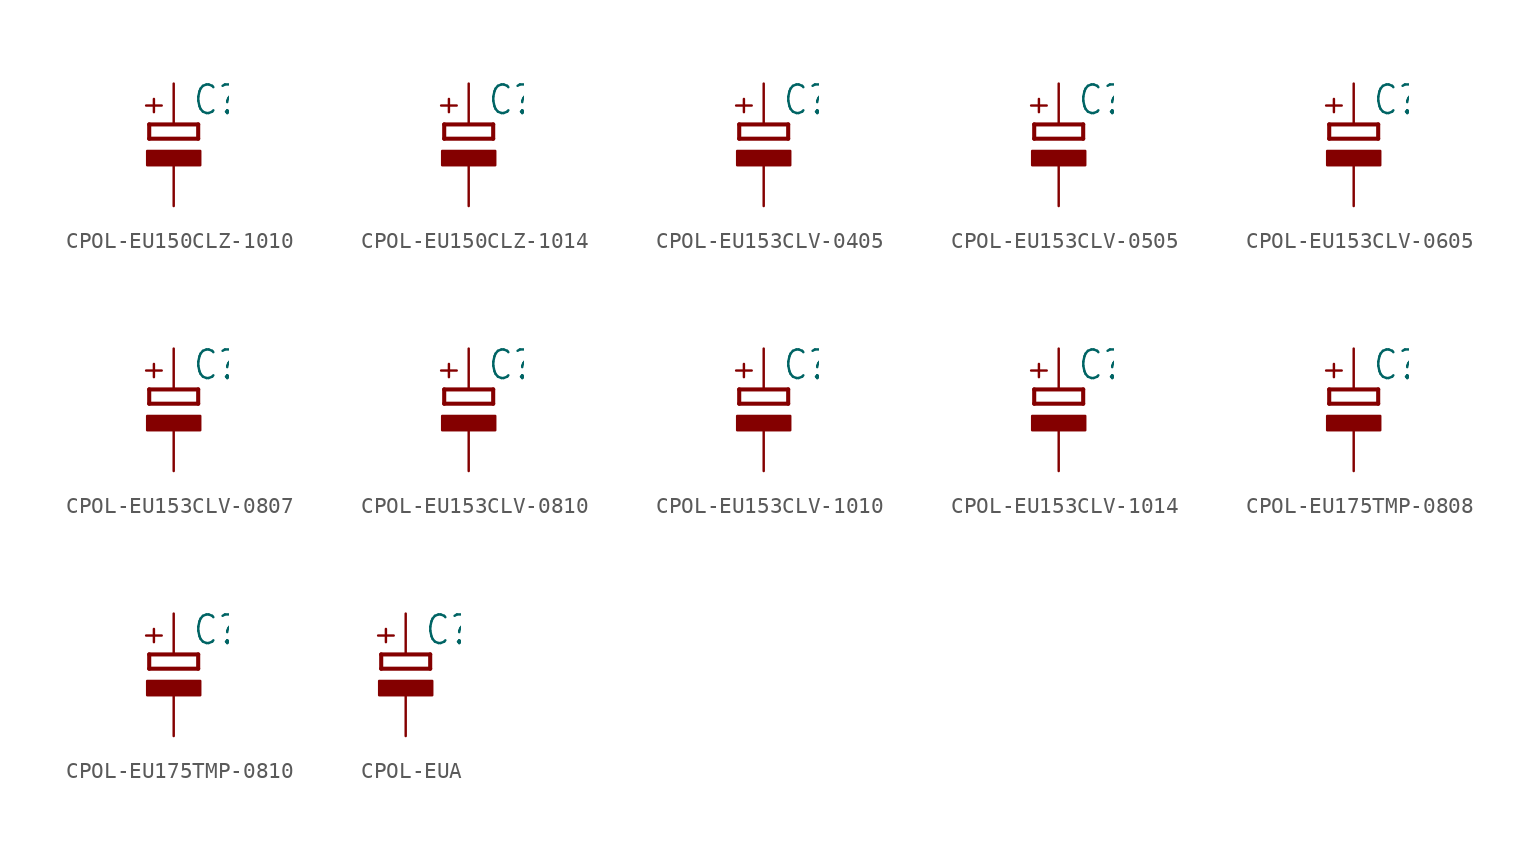
<source format=kicad_sym>
(kicad_symbol_lib
  (version 20231120)
  (generator "kicad_symbol_editor")
  (generator_version "8.0")
  (symbol "CPOL-EU150CLZ-1010"
    (property "Reference" "C"
      (at 1.143 0.483 0)
      (effects (font (size 1.778 1.511)) (justify left bottom)))
    (property "Value" ""
      (at 1.143 -4.597 0)
      (effects (font (size 1.778 1.511)) (justify left bottom)))
    (property "ki_locked" ""
      (at 0 0 0)
      (effects (font (size 1.27 1.27))))
    (symbol "CPOL-EU150CLZ-1010_1_0"
      (rectangle (start -1.651 -2.54) (end 1.651 -1.651) (stroke (width 0) (type default)) (fill (type outline)))
      (polyline (pts (xy -1.524 -0.889) (xy 1.524 -0.889)) (stroke (width 0.254) (type solid)) (fill (type none)))
      (polyline (pts (xy -1.524 0) (xy -1.524 -0.889)) (stroke (width 0.254) (type solid)) (fill (type none)))
      (polyline (pts (xy -1.524 0) (xy 1.524 0)) (stroke (width 0.254) (type solid)) (fill (type none)))
      (polyline (pts (xy 1.524 -0.889) (xy 1.524 0)) (stroke (width 0.254) (type solid)) (fill (type none)))
      (text "+" (at -0.584 0.406 900) (effects (font (size 1.27 1.079)) (justify left bottom)))
      (pin passive line (at 0 2.54 270) (length 2.54) (name "+" (effects (font (size 0 0)))) (number "+" (effects (font (size 0 0)))))
      (pin passive line (at 0 -5.08 90) (length 2.54) (name "-" (effects (font (size 0 0)))) (number "-" (effects (font (size 0 0)))))))
  (symbol "CPOL-EU150CLZ-1014"
    (property "Reference" "C"
      (at 1.143 0.483 0)
      (effects (font (size 1.778 1.511)) (justify left bottom)))
    (property "Value" ""
      (at 1.143 -4.597 0)
      (effects (font (size 1.778 1.511)) (justify left bottom)))
    (property "ki_locked" ""
      (at 0 0 0)
      (effects (font (size 1.27 1.27))))
    (symbol "CPOL-EU150CLZ-1014_1_0"
      (rectangle (start -1.651 -2.54) (end 1.651 -1.651) (stroke (width 0) (type default)) (fill (type outline)))
      (polyline (pts (xy -1.524 -0.889) (xy 1.524 -0.889)) (stroke (width 0.254) (type solid)) (fill (type none)))
      (polyline (pts (xy -1.524 0) (xy -1.524 -0.889)) (stroke (width 0.254) (type solid)) (fill (type none)))
      (polyline (pts (xy -1.524 0) (xy 1.524 0)) (stroke (width 0.254) (type solid)) (fill (type none)))
      (polyline (pts (xy 1.524 -0.889) (xy 1.524 0)) (stroke (width 0.254) (type solid)) (fill (type none)))
      (text "+" (at -0.584 0.406 900) (effects (font (size 1.27 1.079)) (justify left bottom)))
      (pin passive line (at 0 2.54 270) (length 2.54) (name "+" (effects (font (size 0 0)))) (number "+" (effects (font (size 0 0)))))
      (pin passive line (at 0 -5.08 90) (length 2.54) (name "-" (effects (font (size 0 0)))) (number "-" (effects (font (size 0 0)))))))
  (symbol "CPOL-EU153CLV-0405"
    (property "Reference" "C"
      (at 1.143 0.483 0)
      (effects (font (size 1.778 1.511)) (justify left bottom)))
    (property "Value" ""
      (at 1.143 -4.597 0)
      (effects (font (size 1.778 1.511)) (justify left bottom)))
    (property "ki_locked" ""
      (at 0 0 0)
      (effects (font (size 1.27 1.27))))
    (symbol "CPOL-EU153CLV-0405_1_0"
      (rectangle (start -1.651 -2.54) (end 1.651 -1.651) (stroke (width 0) (type default)) (fill (type outline)))
      (polyline (pts (xy -1.524 -0.889) (xy 1.524 -0.889)) (stroke (width 0.254) (type solid)) (fill (type none)))
      (polyline (pts (xy -1.524 0) (xy -1.524 -0.889)) (stroke (width 0.254) (type solid)) (fill (type none)))
      (polyline (pts (xy -1.524 0) (xy 1.524 0)) (stroke (width 0.254) (type solid)) (fill (type none)))
      (polyline (pts (xy 1.524 -0.889) (xy 1.524 0)) (stroke (width 0.254) (type solid)) (fill (type none)))
      (text "+" (at -0.584 0.406 900) (effects (font (size 1.27 1.079)) (justify left bottom)))
      (pin passive line (at 0 2.54 270) (length 2.54) (name "+" (effects (font (size 0 0)))) (number "+" (effects (font (size 0 0)))))
      (pin passive line (at 0 -5.08 90) (length 2.54) (name "-" (effects (font (size 0 0)))) (number "-" (effects (font (size 0 0)))))))
  (symbol "CPOL-EU153CLV-0505"
    (property "Reference" "C"
      (at 1.143 0.483 0)
      (effects (font (size 1.778 1.511)) (justify left bottom)))
    (property "Value" ""
      (at 1.143 -4.597 0)
      (effects (font (size 1.778 1.511)) (justify left bottom)))
    (property "ki_locked" ""
      (at 0 0 0)
      (effects (font (size 1.27 1.27))))
    (symbol "CPOL-EU153CLV-0505_1_0"
      (rectangle (start -1.651 -2.54) (end 1.651 -1.651) (stroke (width 0) (type default)) (fill (type outline)))
      (polyline (pts (xy -1.524 -0.889) (xy 1.524 -0.889)) (stroke (width 0.254) (type solid)) (fill (type none)))
      (polyline (pts (xy -1.524 0) (xy -1.524 -0.889)) (stroke (width 0.254) (type solid)) (fill (type none)))
      (polyline (pts (xy -1.524 0) (xy 1.524 0)) (stroke (width 0.254) (type solid)) (fill (type none)))
      (polyline (pts (xy 1.524 -0.889) (xy 1.524 0)) (stroke (width 0.254) (type solid)) (fill (type none)))
      (text "+" (at -0.584 0.406 900) (effects (font (size 1.27 1.079)) (justify left bottom)))
      (pin passive line (at 0 2.54 270) (length 2.54) (name "+" (effects (font (size 0 0)))) (number "+" (effects (font (size 0 0)))))
      (pin passive line (at 0 -5.08 90) (length 2.54) (name "-" (effects (font (size 0 0)))) (number "-" (effects (font (size 0 0)))))))
  (symbol "CPOL-EU153CLV-0605"
    (property "Reference" "C"
      (at 1.143 0.483 0)
      (effects (font (size 1.778 1.511)) (justify left bottom)))
    (property "Value" ""
      (at 1.143 -4.597 0)
      (effects (font (size 1.778 1.511)) (justify left bottom)))
    (property "ki_locked" ""
      (at 0 0 0)
      (effects (font (size 1.27 1.27))))
    (symbol "CPOL-EU153CLV-0605_1_0"
      (rectangle (start -1.651 -2.54) (end 1.651 -1.651) (stroke (width 0) (type default)) (fill (type outline)))
      (polyline (pts (xy -1.524 -0.889) (xy 1.524 -0.889)) (stroke (width 0.254) (type solid)) (fill (type none)))
      (polyline (pts (xy -1.524 0) (xy -1.524 -0.889)) (stroke (width 0.254) (type solid)) (fill (type none)))
      (polyline (pts (xy -1.524 0) (xy 1.524 0)) (stroke (width 0.254) (type solid)) (fill (type none)))
      (polyline (pts (xy 1.524 -0.889) (xy 1.524 0)) (stroke (width 0.254) (type solid)) (fill (type none)))
      (text "+" (at -0.584 0.406 900) (effects (font (size 1.27 1.079)) (justify left bottom)))
      (pin passive line (at 0 2.54 270) (length 2.54) (name "+" (effects (font (size 0 0)))) (number "+" (effects (font (size 0 0)))))
      (pin passive line (at 0 -5.08 90) (length 2.54) (name "-" (effects (font (size 0 0)))) (number "-" (effects (font (size 0 0)))))))
  (symbol "CPOL-EU153CLV-0807"
    (property "Reference" "C"
      (at 1.143 0.483 0)
      (effects (font (size 1.778 1.511)) (justify left bottom)))
    (property "Value" ""
      (at 1.143 -4.597 0)
      (effects (font (size 1.778 1.511)) (justify left bottom)))
    (property "ki_locked" ""
      (at 0 0 0)
      (effects (font (size 1.27 1.27))))
    (symbol "CPOL-EU153CLV-0807_1_0"
      (rectangle (start -1.651 -2.54) (end 1.651 -1.651) (stroke (width 0) (type default)) (fill (type outline)))
      (polyline (pts (xy -1.524 -0.889) (xy 1.524 -0.889)) (stroke (width 0.254) (type solid)) (fill (type none)))
      (polyline (pts (xy -1.524 0) (xy -1.524 -0.889)) (stroke (width 0.254) (type solid)) (fill (type none)))
      (polyline (pts (xy -1.524 0) (xy 1.524 0)) (stroke (width 0.254) (type solid)) (fill (type none)))
      (polyline (pts (xy 1.524 -0.889) (xy 1.524 0)) (stroke (width 0.254) (type solid)) (fill (type none)))
      (text "+" (at -0.584 0.406 900) (effects (font (size 1.27 1.079)) (justify left bottom)))
      (pin passive line (at 0 2.54 270) (length 2.54) (name "+" (effects (font (size 0 0)))) (number "+" (effects (font (size 0 0)))))
      (pin passive line (at 0 -5.08 90) (length 2.54) (name "-" (effects (font (size 0 0)))) (number "-" (effects (font (size 0 0)))))))
  (symbol "CPOL-EU153CLV-0810"
    (property "Reference" "C"
      (at 1.143 0.483 0)
      (effects (font (size 1.778 1.511)) (justify left bottom)))
    (property "Value" ""
      (at 1.143 -4.597 0)
      (effects (font (size 1.778 1.511)) (justify left bottom)))
    (property "ki_locked" ""
      (at 0 0 0)
      (effects (font (size 1.27 1.27))))
    (symbol "CPOL-EU153CLV-0810_1_0"
      (rectangle (start -1.651 -2.54) (end 1.651 -1.651) (stroke (width 0) (type default)) (fill (type outline)))
      (polyline (pts (xy -1.524 -0.889) (xy 1.524 -0.889)) (stroke (width 0.254) (type solid)) (fill (type none)))
      (polyline (pts (xy -1.524 0) (xy -1.524 -0.889)) (stroke (width 0.254) (type solid)) (fill (type none)))
      (polyline (pts (xy -1.524 0) (xy 1.524 0)) (stroke (width 0.254) (type solid)) (fill (type none)))
      (polyline (pts (xy 1.524 -0.889) (xy 1.524 0)) (stroke (width 0.254) (type solid)) (fill (type none)))
      (text "+" (at -0.584 0.406 900) (effects (font (size 1.27 1.079)) (justify left bottom)))
      (pin passive line (at 0 2.54 270) (length 2.54) (name "+" (effects (font (size 0 0)))) (number "+" (effects (font (size 0 0)))))
      (pin passive line (at 0 -5.08 90) (length 2.54) (name "-" (effects (font (size 0 0)))) (number "-" (effects (font (size 0 0)))))))
  (symbol "CPOL-EU153CLV-1010"
    (property "Reference" "C"
      (at 1.143 0.483 0)
      (effects (font (size 1.778 1.511)) (justify left bottom)))
    (property "Value" ""
      (at 1.143 -4.597 0)
      (effects (font (size 1.778 1.511)) (justify left bottom)))
    (property "ki_locked" ""
      (at 0 0 0)
      (effects (font (size 1.27 1.27))))
    (symbol "CPOL-EU153CLV-1010_1_0"
      (rectangle (start -1.651 -2.54) (end 1.651 -1.651) (stroke (width 0) (type default)) (fill (type outline)))
      (polyline (pts (xy -1.524 -0.889) (xy 1.524 -0.889)) (stroke (width 0.254) (type solid)) (fill (type none)))
      (polyline (pts (xy -1.524 0) (xy -1.524 -0.889)) (stroke (width 0.254) (type solid)) (fill (type none)))
      (polyline (pts (xy -1.524 0) (xy 1.524 0)) (stroke (width 0.254) (type solid)) (fill (type none)))
      (polyline (pts (xy 1.524 -0.889) (xy 1.524 0)) (stroke (width 0.254) (type solid)) (fill (type none)))
      (text "+" (at -0.584 0.406 900) (effects (font (size 1.27 1.079)) (justify left bottom)))
      (pin passive line (at 0 2.54 270) (length 2.54) (name "+" (effects (font (size 0 0)))) (number "+" (effects (font (size 0 0)))))
      (pin passive line (at 0 -5.08 90) (length 2.54) (name "-" (effects (font (size 0 0)))) (number "-" (effects (font (size 0 0)))))))
  (symbol "CPOL-EU153CLV-1014"
    (property "Reference" "C"
      (at 1.143 0.483 0)
      (effects (font (size 1.778 1.511)) (justify left bottom)))
    (property "Value" ""
      (at 1.143 -4.597 0)
      (effects (font (size 1.778 1.511)) (justify left bottom)))
    (property "ki_locked" ""
      (at 0 0 0)
      (effects (font (size 1.27 1.27))))
    (symbol "CPOL-EU153CLV-1014_1_0"
      (rectangle (start -1.651 -2.54) (end 1.651 -1.651) (stroke (width 0) (type default)) (fill (type outline)))
      (polyline (pts (xy -1.524 -0.889) (xy 1.524 -0.889)) (stroke (width 0.254) (type solid)) (fill (type none)))
      (polyline (pts (xy -1.524 0) (xy -1.524 -0.889)) (stroke (width 0.254) (type solid)) (fill (type none)))
      (polyline (pts (xy -1.524 0) (xy 1.524 0)) (stroke (width 0.254) (type solid)) (fill (type none)))
      (polyline (pts (xy 1.524 -0.889) (xy 1.524 0)) (stroke (width 0.254) (type solid)) (fill (type none)))
      (text "+" (at -0.584 0.406 900) (effects (font (size 1.27 1.079)) (justify left bottom)))
      (pin passive line (at 0 2.54 270) (length 2.54) (name "+" (effects (font (size 0 0)))) (number "+" (effects (font (size 0 0)))))
      (pin passive line (at 0 -5.08 90) (length 2.54) (name "-" (effects (font (size 0 0)))) (number "-" (effects (font (size 0 0)))))))
  (symbol "CPOL-EU175TMP-0808"
    (property "Reference" "C"
      (at 1.143 0.483 0)
      (effects (font (size 1.778 1.511)) (justify left bottom)))
    (property "Value" ""
      (at 1.143 -4.597 0)
      (effects (font (size 1.778 1.511)) (justify left bottom)))
    (property "ki_locked" ""
      (at 0 0 0)
      (effects (font (size 1.27 1.27))))
    (symbol "CPOL-EU175TMP-0808_1_0"
      (rectangle (start -1.651 -2.54) (end 1.651 -1.651) (stroke (width 0) (type default)) (fill (type outline)))
      (polyline (pts (xy -1.524 -0.889) (xy 1.524 -0.889)) (stroke (width 0.254) (type solid)) (fill (type none)))
      (polyline (pts (xy -1.524 0) (xy -1.524 -0.889)) (stroke (width 0.254) (type solid)) (fill (type none)))
      (polyline (pts (xy -1.524 0) (xy 1.524 0)) (stroke (width 0.254) (type solid)) (fill (type none)))
      (polyline (pts (xy 1.524 -0.889) (xy 1.524 0)) (stroke (width 0.254) (type solid)) (fill (type none)))
      (text "+" (at -0.584 0.406 900) (effects (font (size 1.27 1.079)) (justify left bottom)))
      (pin passive line (at 0 2.54 270) (length 2.54) (name "+" (effects (font (size 0 0)))) (number "+" (effects (font (size 0 0)))))
      (pin passive line (at 0 -5.08 90) (length 2.54) (name "-" (effects (font (size 0 0)))) (number "-" (effects (font (size 0 0)))))))
  (symbol "CPOL-EU175TMP-0810"
    (property "Reference" "C"
      (at 1.143 0.483 0)
      (effects (font (size 1.778 1.511)) (justify left bottom)))
    (property "Value" ""
      (at 1.143 -4.597 0)
      (effects (font (size 1.778 1.511)) (justify left bottom)))
    (property "ki_locked" ""
      (at 0 0 0)
      (effects (font (size 1.27 1.27))))
    (symbol "CPOL-EU175TMP-0810_1_0"
      (rectangle (start -1.651 -2.54) (end 1.651 -1.651) (stroke (width 0) (type default)) (fill (type outline)))
      (polyline (pts (xy -1.524 -0.889) (xy 1.524 -0.889)) (stroke (width 0.254) (type solid)) (fill (type none)))
      (polyline (pts (xy -1.524 0) (xy -1.524 -0.889)) (stroke (width 0.254) (type solid)) (fill (type none)))
      (polyline (pts (xy -1.524 0) (xy 1.524 0)) (stroke (width 0.254) (type solid)) (fill (type none)))
      (polyline (pts (xy 1.524 -0.889) (xy 1.524 0)) (stroke (width 0.254) (type solid)) (fill (type none)))
      (text "+" (at -0.584 0.406 900) (effects (font (size 1.27 1.079)) (justify left bottom)))
      (pin passive line (at 0 2.54 270) (length 2.54) (name "+" (effects (font (size 0 0)))) (number "+" (effects (font (size 0 0)))))
      (pin passive line (at 0 -5.08 90) (length 2.54) (name "-" (effects (font (size 0 0)))) (number "-" (effects (font (size 0 0)))))))
  (symbol "CPOL-EUA"
    (property "Reference" "C"
      (at 1.143 0.483 0)
      (effects (font (size 1.778 1.511)) (justify left bottom)))
    (property "Value" ""
      (at 1.143 -4.597 0)
      (effects (font (size 1.778 1.511)) (justify left bottom)))
    (property "ki_locked" ""
      (at 0 0 0)
      (effects (font (size 1.27 1.27))))
    (symbol "CPOL-EUA_1_0"
      (rectangle (start -1.651 -2.54) (end 1.651 -1.651) (stroke (width 0) (type default)) (fill (type outline)))
      (polyline (pts (xy -1.524 -0.889) (xy 1.524 -0.889)) (stroke (width 0.254) (type solid)) (fill (type none)))
      (polyline (pts (xy -1.524 0) (xy -1.524 -0.889)) (stroke (width 0.254) (type solid)) (fill (type none)))
      (polyline (pts (xy -1.524 0) (xy 1.524 0)) (stroke (width 0.254) (type solid)) (fill (type none)))
      (polyline (pts (xy 1.524 -0.889) (xy 1.524 0)) (stroke (width 0.254) (type solid)) (fill (type none)))
      (text "+" (at -0.584 0.406 900) (effects (font (size 1.27 1.079)) (justify left bottom)))
      (pin passive line (at 0 2.54 270) (length 2.54) (name "+" (effects (font (size 0 0)))) (number "+" (effects (font (size 0 0)))))
      (pin passive line (at 0 -5.08 90) (length 2.54) (name "-" (effects (font (size 0 0)))) (number "-" (effects (font (size 0 0))))))))
</source>
